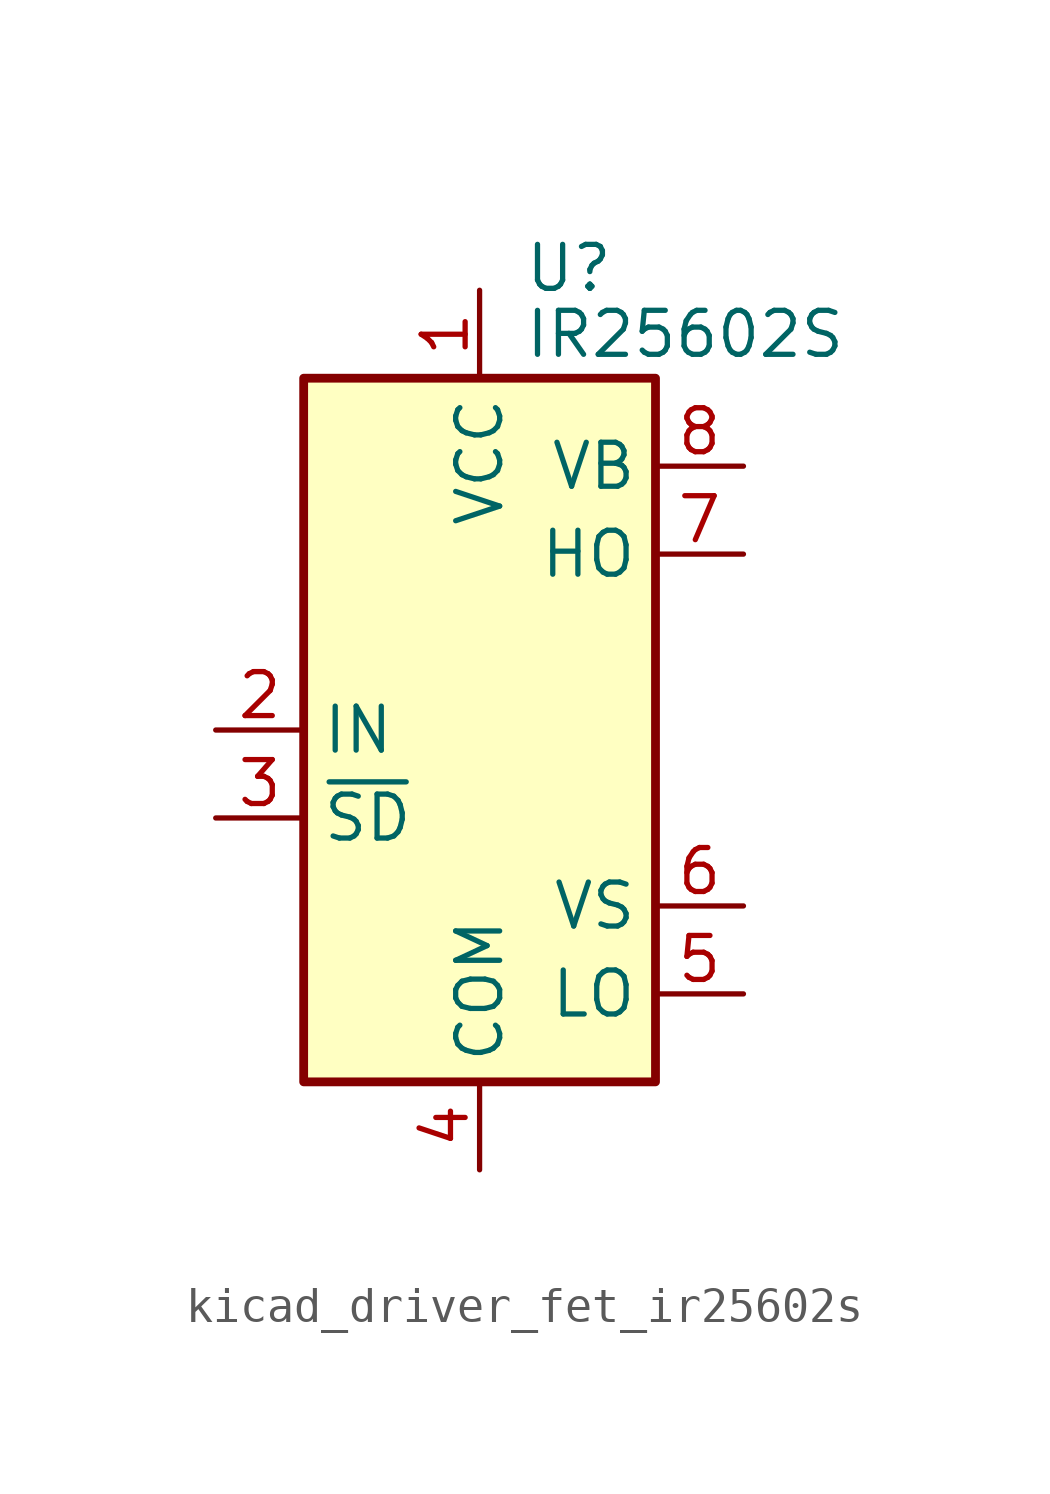
<source format=kicad_sym>
(kicad_symbol_lib
  (version 20220914)
  (generator kicad_symbol_editor)
  (symbol "kicad_driver_fet_ir25602s"
    (property "Reference" "U"
      (at 1.27 13.335 0)
      (effects (font (size 1.27 1.27)) (justify left)))
    (property "Value" "IR25602S"
      (at 1.27 11.43 0)
      (effects (font (size 1.27 1.27)) (justify left)))
    (symbol "kicad_driver_fet_ir25602s_0_1"
      (rectangle (start -5.08 -10.16) (end 5.08 10.16) (stroke (width 0.254) (type default)) (fill (type background))))
    (symbol "kicad_driver_fet_ir25602s_1_1"
      (pin power_in line (at 0 12.7 270) (length 2.54) (name "VCC" (effects (font (size 1.27 1.27)))) (number "1" (effects (font (size 1.27 1.27)))))
      (pin input line (at -7.62 0 0) (length 2.54) (name "IN" (effects (font (size 1.27 1.27)))) (number "2" (effects (font (size 1.27 1.27)))))
      (pin input line (at -7.62 -2.54 0) (length 2.54) (name "~{SD}" (effects (font (size 1.27 1.27)))) (number "3" (effects (font (size 1.27 1.27)))))
      (pin power_in line (at 0 -12.7 90) (length 2.54) (name "COM" (effects (font (size 1.27 1.27)))) (number "4" (effects (font (size 1.27 1.27)))))
      (pin output line (at 7.62 -7.62 180) (length 2.54) (name "LO" (effects (font (size 1.27 1.27)))) (number "5" (effects (font (size 1.27 1.27)))))
      (pin passive line (at 7.62 -5.08 180) (length 2.54) (name "VS" (effects (font (size 1.27 1.27)))) (number "6" (effects (font (size 1.27 1.27)))))
      (pin output line (at 7.62 5.08 180) (length 2.54) (name "HO" (effects (font (size 1.27 1.27)))) (number "7" (effects (font (size 1.27 1.27)))))
      (pin passive line (at 7.62 7.62 180) (length 2.54) (name "VB" (effects (font (size 1.27 1.27)))) (number "8" (effects (font (size 1.27 1.27))))))))
</source>
